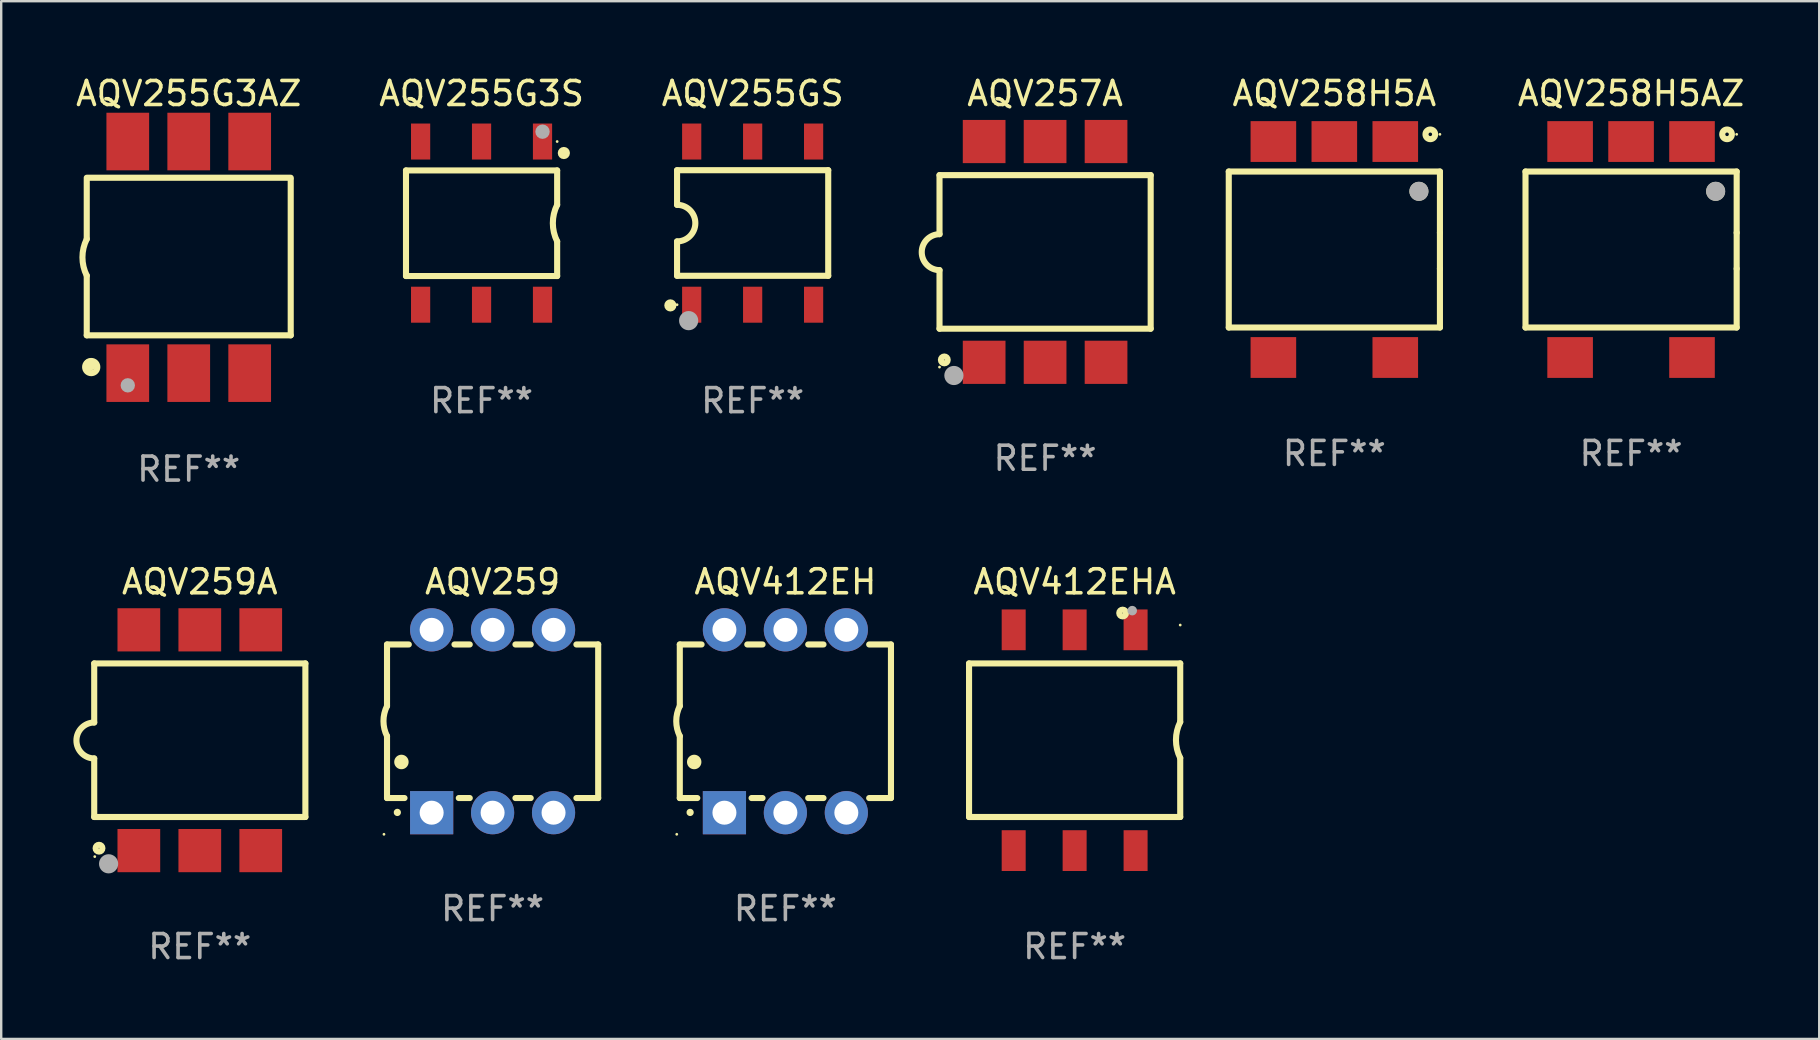
<source format=kicad_pcb>
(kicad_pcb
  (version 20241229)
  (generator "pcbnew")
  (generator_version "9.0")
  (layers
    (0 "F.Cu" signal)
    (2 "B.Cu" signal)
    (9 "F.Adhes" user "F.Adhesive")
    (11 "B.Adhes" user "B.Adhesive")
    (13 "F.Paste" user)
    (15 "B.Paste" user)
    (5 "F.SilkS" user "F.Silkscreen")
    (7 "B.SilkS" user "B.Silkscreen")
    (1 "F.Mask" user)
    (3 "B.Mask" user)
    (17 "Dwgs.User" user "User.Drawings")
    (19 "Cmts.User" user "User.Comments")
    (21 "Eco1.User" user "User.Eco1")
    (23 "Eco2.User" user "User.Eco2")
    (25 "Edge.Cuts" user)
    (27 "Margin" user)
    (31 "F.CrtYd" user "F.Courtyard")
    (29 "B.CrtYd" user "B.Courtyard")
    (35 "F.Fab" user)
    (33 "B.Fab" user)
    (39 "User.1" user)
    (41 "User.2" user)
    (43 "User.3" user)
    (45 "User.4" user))
  (footprint "AQV259"
    (layer "F.Cu")
    (at 17.478 27.007)
    (property "Reference" "AQV259" (at 0 -5.81 0) (layer "F.SilkS") (effects (font (size 1 1) (thickness 0.15))))
    (attr through_hole)
    (fp_line (start -4.4 -3.2) (end -4.4 -0.635) (stroke (width 0.254) (type solid)) (layer "F.SilkS"))
    (fp_line (start -4.4 -3.2) (end -3.492 -3.2) (stroke (width 0.254) (type solid)) (layer "F.SilkS"))
    (fp_line (start -4.4 3.2) (end -4.4 0.619) (stroke (width 0.254) (type solid)) (layer "F.SilkS"))
    (fp_line (start -3.671 3.2) (end -4.4 3.2) (stroke (width 0.254) (type solid)) (layer "F.SilkS"))
    (fp_line (start -1.588 -3.2) (end -0.952 -3.2) (stroke (width 0.254) (type solid)) (layer "F.SilkS"))
    (fp_line (start -0.952 3.2) (end -1.409 3.2) (stroke (width 0.254) (type solid)) (layer "F.SilkS"))
    (fp_line (start 0.952 -3.2) (end 1.588 -3.2) (stroke (width 0.254) (type solid)) (layer "F.SilkS"))
    (fp_line (start 1.588 3.2) (end 0.952 3.2) (stroke (width 0.254) (type solid)) (layer "F.SilkS"))
    (fp_line (start 3.492 -3.2) (end 4.4 -3.2) (stroke (width 0.254) (type solid)) (layer "F.SilkS"))
    (fp_line (start 4.4 -3.2) (end 4.4 3.2) (stroke (width 0.254) (type solid)) (layer "F.SilkS"))
    (fp_line (start 4.4 3.2) (end 3.492 3.2) (stroke (width 0.254) (type solid)) (layer "F.SilkS"))
    (fp_arc (start -4.399288 0.619762) (mid -4.547636 -0.007536) (end -4.4 -0.635001) (stroke (width 0.254001) (type solid)) (layer "F.SilkS"))
    (fp_arc (start -3.970028 3.799848) (mid -3.970033 3.798578) (end -3.970028 3.797308) (stroke (width 0.3) (type solid)) (layer "F.SilkS"))
    (fp_arc (start -3.799848 1.699263) (mid -3.799859 1.696723) (end -3.799848 1.694183) (stroke (width 0.6) (type solid)) (layer "F.SilkS"))
    (fp_circle (center -4.527 4.71) (end -4.497 4.71) (stroke (width 0.06) (type solid)) (fill no) (layer "F.SilkS"))
    (fp_text user "REF**" (at 0 7.81 0) (layer "F.Fab") (effects (font (size 1 1) (thickness 0.15))))
    (pad "1" thru_hole rect (at -2.54 3.81 180) (size 1.8 1.8) (drill 1) (layers "*.Cu" "*.Mask"))
    (pad "2" thru_hole circle (at 0 3.81) (size 1.8 1.8) (drill 1) (layers "*.Cu" "*.Mask"))
    (pad "3" thru_hole circle (at 2.54 3.81) (size 1.8 1.8) (drill 1) (layers "*.Cu" "*.Mask"))
    (pad "4" thru_hole circle (at 2.54 -3.81) (size 1.8 1.8) (drill 1) (layers "*.Cu" "*.Mask"))
    (pad "5" thru_hole circle (at 0 -3.81) (size 1.8 1.8) (drill 1) (layers "*.Cu" "*.Mask"))
    (pad "6" thru_hole circle (at -2.54 -3.81) (size 1.8 1.8) (drill 1) (layers "*.Cu" "*.Mask")))
  (footprint "AQV412EH"
    (layer "F.Cu")
    (at 29.679 27.007)
    (property "Reference" "AQV412EH" (at 0 -5.81 0) (layer "F.SilkS") (effects (font (size 1 1) (thickness 0.15))))
    (attr through_hole)
    (fp_line (start -4.4 -3.2) (end -4.4 -0.635) (stroke (width 0.254) (type solid)) (layer "F.SilkS"))
    (fp_line (start -4.4 -3.2) (end -3.492 -3.2) (stroke (width 0.254) (type solid)) (layer "F.SilkS"))
    (fp_line (start -4.4 3.2) (end -4.4 0.619) (stroke (width 0.254) (type solid)) (layer "F.SilkS"))
    (fp_line (start -3.671 3.2) (end -4.4 3.2) (stroke (width 0.254) (type solid)) (layer "F.SilkS"))
    (fp_line (start -1.588 -3.2) (end -0.952 -3.2) (stroke (width 0.254) (type solid)) (layer "F.SilkS"))
    (fp_line (start -0.952 3.2) (end -1.409 3.2) (stroke (width 0.254) (type solid)) (layer "F.SilkS"))
    (fp_line (start 0.952 -3.2) (end 1.588 -3.2) (stroke (width 0.254) (type solid)) (layer "F.SilkS"))
    (fp_line (start 1.588 3.2) (end 0.952 3.2) (stroke (width 0.254) (type solid)) (layer "F.SilkS"))
    (fp_line (start 3.492 -3.2) (end 4.4 -3.2) (stroke (width 0.254) (type solid)) (layer "F.SilkS"))
    (fp_line (start 4.4 -3.2) (end 4.4 3.2) (stroke (width 0.254) (type solid)) (layer "F.SilkS"))
    (fp_line (start 4.4 3.2) (end 3.492 3.2) (stroke (width 0.254) (type solid)) (layer "F.SilkS"))
    (fp_arc (start -4.399288 0.619762) (mid -4.547636 -0.007536) (end -4.4 -0.635001) (stroke (width 0.254001) (type solid)) (layer "F.SilkS"))
    (fp_arc (start -3.970028 3.799848) (mid -3.970033 3.798578) (end -3.970028 3.797308) (stroke (width 0.3) (type solid)) (layer "F.SilkS"))
    (fp_arc (start -3.799848 1.699263) (mid -3.799859 1.696723) (end -3.799848 1.694183) (stroke (width 0.6) (type solid)) (layer "F.SilkS"))
    (fp_circle (center -4.527 4.71) (end -4.497 4.71) (stroke (width 0.06) (type solid)) (fill no) (layer "F.SilkS"))
    (fp_text user "REF**" (at 0 7.81 0) (layer "F.Fab") (effects (font (size 1 1) (thickness 0.15))))
    (pad "1" thru_hole rect (at -2.54 3.81 180) (size 1.8 1.8) (drill 1) (layers "*.Cu" "*.Mask"))
    (pad "2" thru_hole circle (at 0 3.81) (size 1.8 1.8) (drill 1) (layers "*.Cu" "*.Mask"))
    (pad "3" thru_hole circle (at 2.54 3.81) (size 1.8 1.8) (drill 1) (layers "*.Cu" "*.Mask"))
    (pad "4" thru_hole circle (at 2.54 -3.81) (size 1.8 1.8) (drill 1) (layers "*.Cu" "*.Mask"))
    (pad "5" thru_hole circle (at 0 -3.81) (size 1.8 1.8) (drill 1) (layers "*.Cu" "*.Mask"))
    (pad "6" thru_hole circle (at -2.54 -3.81) (size 1.8 1.8) (drill 1) (layers "*.Cu" "*.Mask")))
  (footprint "AQV257A"
    (layer "F.Cu")
    (at 40.502 7.448)
    (property "Reference" "AQV257A" (at 0 -6.6 0) (layer "F.SilkS") (effects (font (size 1 1) (thickness 0.15))))
    (attr through_hole)
    (fp_line (start -4.4 -3.2) (end 4.4 -3.2) (stroke (width 0.254) (type solid)) (layer "F.SilkS"))
    (fp_line (start -4.4 -0.74) (end -4.4 -3.2) (stroke (width 0.254) (type solid)) (layer "F.SilkS"))
    (fp_line (start -4.4 3.2) (end -4.4 0.76) (stroke (width 0.254) (type solid)) (layer "F.SilkS"))
    (fp_line (start 4.4 -3.2) (end 4.4 3.2) (stroke (width 0.254) (type solid)) (layer "F.SilkS"))
    (fp_line (start 4.4 3.2) (end -4.4 3.2) (stroke (width 0.254) (type solid)) (layer "F.SilkS"))
    (fp_arc (start -4.4 0.759919) (mid -5.14887 0.009982) (end -4.399289 -0.739243) (stroke (width 0.254001) (type solid)) (layer "F.SilkS"))
    (fp_circle (center -4.4 4.8) (end -4.37 4.8) (stroke (width 0.06) (type solid)) (fill no) (layer "F.SilkS"))
    (fp_circle (center -4.2 4.5) (end -4.058 4.5) (stroke (width 0.254) (type solid)) (fill no) (layer "F.SilkS"))
    (fp_circle (center -3.8 5.15) (end -3.6 5.15) (stroke (width 0.4) (type solid)) (fill no) (layer "F.Fab"))
    (fp_text user "REF**" (at 0 8.6 0) (layer "F.Fab") (effects (font (size 1 1) (thickness 0.15))))
    (pad "1" smd rect (at -2.54 4.6) (size 1.78 1.8) (layers "F.Cu" "F.Mask" "F.Paste"))
    (pad "2" smd rect (at -0.000025 4.6) (size 1.78 1.8) (layers "F.Cu" "F.Mask" "F.Paste"))
    (pad "3" smd rect (at 2.54 4.6) (size 1.78 1.8) (layers "F.Cu" "F.Mask" "F.Paste"))
    (pad "4" smd rect (at 2.54 -4.6) (size 1.78 1.8) (layers "F.Cu" "F.Mask" "F.Paste"))
    (pad "5" smd rect (at -0.000025 -4.6) (size 1.78 1.8) (layers "F.Cu" "F.Mask" "F.Paste"))
    (pad "6" smd rect (at -2.54 -4.6) (size 1.78 1.8) (layers "F.Cu" "F.Mask" "F.Paste")))
  (footprint "AQV258H5A"
    (layer "F.Cu")
    (at 52.556 7.348)
    (property "Reference" "AQV258H5A" (at 0 -6.5 0) (layer "F.SilkS") (effects (font (size 1 1) (thickness 0.15))))
    (attr through_hole)
    (fp_line (start -4.4 -3.25) (end -4.4 3.25) (stroke (width 0.254) (type solid)) (layer "F.SilkS"))
    (fp_line (start -4.4 -3.25) (end 4.4 -3.25) (stroke (width 0.254) (type solid)) (layer "F.SilkS"))
    (fp_line (start 4.4 -3.25) (end 4.4 -0.7) (stroke (width 0.254) (type solid)) (layer "F.SilkS"))
    (fp_line (start 4.4 -0.7) (end 4.4 0.8) (stroke (width 0.254) (type solid)) (layer "F.SilkS"))
    (fp_line (start 4.4 3.25) (end -4.4 3.25) (stroke (width 0.254) (type solid)) (layer "F.SilkS"))
    (fp_line (start 4.4 3.25) (end 4.4 0.8) (stroke (width 0.254) (type solid)) (layer "F.SilkS"))
    (fp_circle (center 3.524 -2.425) (end 3.79 -2.425) (stroke (width 0.254) (type solid)) (fill no) (layer "F.SilkS"))
    (fp_circle (center 3.999 -4.8) (end 4.2 -4.8) (stroke (width 0.254) (type solid)) (fill no) (layer "F.SilkS"))
    (fp_circle (center 4.399 -4.8) (end 4.429 -4.8) (stroke (width 0.06) (type solid)) (fill no) (layer "F.SilkS"))
    (fp_circle (center 3.524 -2.425) (end 3.724 -2.425) (stroke (width 0.4) (type solid)) (fill no) (layer "F.Fab"))
    (fp_text user "REF**" (at 0 8.5 0) (layer "F.Fab") (effects (font (size 1 1) (thickness 0.15))))
    (pad "1" smd rect (at 2.539 -4.5 180) (size 1.9 1.7) (layers "F.Cu" "F.Mask" "F.Paste"))
    (pad "2" smd rect (at -0.001 -4.5 180) (size 1.9 1.7) (layers "F.Cu" "F.Mask" "F.Paste"))
    (pad "3" smd rect (at -2.541 -4.5 180) (size 1.9 1.7) (layers "F.Cu" "F.Mask" "F.Paste"))
    (pad "4" smd rect (at -2.541 4.5 180) (size 1.9 1.7) (layers "F.Cu" "F.Mask" "F.Paste"))
    (pad "6" smd rect (at 2.539 4.5 180) (size 1.9 1.7) (layers "F.Cu" "F.Mask" "F.Paste")))
  (footprint "AQV255G3AZ"
    (layer "F.Cu")
    (at 4.815 7.674)
    (property "Reference" "AQV255G3AZ" (at 0 -6.826 0) (layer "F.SilkS") (effects (font (size 1 1) (thickness 0.15))))
    (attr through_hole)
    (fp_line (start -4.25 -3.317) (end 4.25 -3.317) (stroke (width 0.254) (type solid)) (layer "F.SilkS"))
    (fp_line (start -4.25 -3.25) (end -4.25 -0.762) (stroke (width 0.254) (type solid)) (layer "F.SilkS"))
    (fp_line (start -4.25 3.25) (end -4.25 0.762) (stroke (width 0.254) (type solid)) (layer "F.SilkS"))
    (fp_line (start 4.25 -3.25) (end 4.25 3.25) (stroke (width 0.254) (type solid)) (layer "F.SilkS"))
    (fp_line (start 4.25 3.25) (end -4.25 3.25) (stroke (width 0.254) (type solid)) (layer "F.SilkS"))
    (fp_arc (start -4.249429 0.762001) (mid -4.429513 0.000068) (end -4.250013 -0.762002) (stroke (width 0.254001) (type solid)) (layer "F.SilkS"))
    (fp_circle (center -4.123 4.473) (end -3.996 4.473) (stroke (width 0.254) (type solid)) (fill no) (layer "F.SilkS"))
    (fp_circle (center -4.064 4.572) (end -3.81 4.572) (stroke (width 0.254) (type solid)) (fill no) (layer "F.SilkS"))
    (fp_circle (center -2.54 5.334) (end -2.39 5.334) (stroke (width 0.3) (type solid)) (fill no) (layer "F.Fab"))
    (fp_text user "REF**" (at 0 8.826 0) (layer "F.Fab") (effects (font (size 1 1) (thickness 0.15))))
    (pad "1" smd rect (at -2.54 4.826) (size 1.78 2.4) (layers "F.Cu" "F.Mask" "F.Paste"))
    (pad "2" smd rect (at 0 4.826) (size 1.78 2.4) (layers "F.Cu" "F.Mask" "F.Paste"))
    (pad "3" smd rect (at 2.54 4.826) (size 1.78 2.4) (layers "F.Cu" "F.Mask" "F.Paste"))
    (pad "4" smd rect (at 2.54 -4.826) (size 1.78 2.4) (layers "F.Cu" "F.Mask" "F.Paste"))
    (pad "5" smd rect (at 0 -4.826) (size 1.78 2.4) (layers "F.Cu" "F.Mask" "F.Paste"))
    (pad "6" smd rect (at -2.54 -4.826) (size 1.78 2.4) (layers "F.Cu" "F.Mask" "F.Paste")))
  (footprint "AQV259A"
    (layer "F.Cu")
    (at 5.276 27.797)
    (property "Reference" "AQV259A" (at 0 -6.6 0) (layer "F.SilkS") (effects (font (size 1 1) (thickness 0.15))))
    (attr through_hole)
    (fp_line (start -4.4 -3.2) (end 4.4 -3.2) (stroke (width 0.254) (type solid)) (layer "F.SilkS"))
    (fp_line (start -4.4 -0.74) (end -4.4 -3.2) (stroke (width 0.254) (type solid)) (layer "F.SilkS"))
    (fp_line (start -4.4 3.2) (end -4.4 0.76) (stroke (width 0.254) (type solid)) (layer "F.SilkS"))
    (fp_line (start 4.4 -3.2) (end 4.4 3.2) (stroke (width 0.254) (type solid)) (layer "F.SilkS"))
    (fp_line (start 4.4 3.2) (end -4.4 3.2) (stroke (width 0.254) (type solid)) (layer "F.SilkS"))
    (fp_arc (start -4.4 0.76002) (mid -5.148869 0.010084) (end -4.399289 -0.73914) (stroke (width 0.254001) (type solid)) (layer "F.SilkS"))
    (fp_circle (center -4.377 4.85) (end -4.347 4.85) (stroke (width 0.06) (type solid)) (fill no) (layer "F.SilkS"))
    (fp_circle (center -4.2 4.5) (end -4.058 4.5) (stroke (width 0.254) (type solid)) (fill no) (layer "F.SilkS"))
    (fp_circle (center -3.8 5.15) (end -3.6 5.15) (stroke (width 0.4) (type solid)) (fill no) (layer "F.Fab"))
    (fp_text user "REF**" (at 0 8.6 0) (layer "F.Fab") (effects (font (size 1 1) (thickness 0.15))))
    (pad "1" smd rect (at -2.54 4.6) (size 1.78 1.8) (layers "F.Cu" "F.Mask" "F.Paste"))
    (pad "2" smd rect (at 0 4.6) (size 1.78 1.8) (layers "F.Cu" "F.Mask" "F.Paste"))
    (pad "3" smd rect (at 2.54 4.6) (size 1.78 1.8) (layers "F.Cu" "F.Mask" "F.Paste"))
    (pad "4" smd rect (at 2.54 -4.6) (size 1.78 1.8) (layers "F.Cu" "F.Mask" "F.Paste"))
    (pad "5" smd rect (at 0 -4.6) (size 1.78 1.8) (layers "F.Cu" "F.Mask" "F.Paste"))
    (pad "6" smd rect (at -2.54 -4.6) (size 1.78 1.8) (layers "F.Cu" "F.Mask" "F.Paste")))
  (footprint "AQV255GS"
    (layer "F.Cu")
    (at 28.315 6.248)
    (property "Reference" "AQV255GS" (at 0 -5.4 0) (layer "F.SilkS") (effects (font (size 1 1) (thickness 0.15))))
    (attr through_hole)
    (fp_line (start -3.15 -2.205) (end -3.15 -0.762) (stroke (width 0.254) (type solid)) (layer "F.SilkS"))
    (fp_line (start -3.15 -2.205) (end 3.15 -2.205) (stroke (width 0.254) (type solid)) (layer "F.SilkS"))
    (fp_line (start -3.15 2.195) (end -3.15 0.762) (stroke (width 0.254) (type solid)) (layer "F.SilkS"))
    (fp_line (start -3.15 2.195) (end 3.15 2.195) (stroke (width 0.254) (type solid)) (layer "F.SilkS"))
    (fp_line (start 3.149 -2.205) (end 3.149 2.195) (stroke (width 0.254) (type solid)) (layer "F.SilkS"))
    (fp_arc (start -3.150623 -0.761874) (mid -2.388672 -0.000241) (end -3.150013 0.762002) (stroke (width 0.254001) (type solid)) (layer "F.SilkS"))
    (fp_circle (center -3.429 3.429) (end -3.302 3.429) (stroke (width 0.254) (type solid)) (fill no) (layer "F.SilkS"))
    (fp_circle (center -3.15 3.4) (end -3.12 3.4) (stroke (width 0.06) (type solid)) (fill no) (layer "F.SilkS"))
    (fp_circle (center -2.667 4.064) (end -2.467 4.064) (stroke (width 0.4) (type solid)) (fill no) (layer "F.Fab"))
    (fp_text user "REF**" (at 0 7.4 0) (layer "F.Fab") (effects (font (size 1 1) (thickness 0.15))))
    (pad "1" smd rect (at -2.54 3.4) (size 0.8 1.5) (layers "F.Cu" "F.Mask" "F.Paste"))
    (pad "2" smd rect (at 0 3.4) (size 0.8 1.5) (layers "F.Cu" "F.Mask" "F.Paste"))
    (pad "3" smd rect (at 2.54 3.4) (size 0.8 1.5) (layers "F.Cu" "F.Mask" "F.Paste"))
    (pad "4" smd rect (at 2.54 -3.4) (size 0.8 1.5) (layers "F.Cu" "F.Mask" "F.Paste"))
    (pad "5" smd rect (at 0 -3.4) (size 0.8 1.5) (layers "F.Cu" "F.Mask" "F.Paste"))
    (pad "6" smd rect (at -2.54 -3.4) (size 0.8 1.5) (layers "F.Cu" "F.Mask" "F.Paste")))
  (footprint "AQV412EHA"
    (layer "F.Cu")
    (at 41.733 27.797)
    (property "Reference" "AQV412EHA" (at 0 -6.6 0) (layer "F.SilkS") (effects (font (size 1 1) (thickness 0.15))))
    (attr through_hole)
    (fp_line (start -4.4 -3.2) (end 4.4 -3.2) (stroke (width 0.254) (type solid)) (layer "F.SilkS"))
    (fp_line (start -4.4 3.2) (end -4.4 -3.2) (stroke (width 0.254) (type solid)) (layer "F.SilkS"))
    (fp_line (start 4.4 -3.2) (end 4.4 -0.76) (stroke (width 0.254) (type solid)) (layer "F.SilkS"))
    (fp_line (start 4.4 0.74) (end 4.4 3.2) (stroke (width 0.254) (type solid)) (layer "F.SilkS"))
    (fp_line (start 4.4 3.2) (end -4.4 3.2) (stroke (width 0.254) (type solid)) (layer "F.SilkS"))
    (fp_arc (start 4.399289 0.739167) (mid 4.22258 -0.010498) (end 4.4 -0.759995) (stroke (width 0.254001) (type solid)) (layer "F.SilkS"))
    (fp_circle (center 2 -5.3) (end 2.141 -5.3) (stroke (width 0.254) (type solid)) (fill no) (layer "F.SilkS"))
    (fp_circle (center 4.4 -4.8) (end 4.43 -4.8) (stroke (width 0.06) (type solid)) (fill no) (layer "F.SilkS"))
    (fp_circle (center 2.4 -5.4) (end 2.5 -5.4) (stroke (width 0.2) (type solid)) (fill no) (layer "F.Fab"))
    (fp_text user "REF**" (at 0 8.6 0) (layer "F.Fab") (effects (font (size 1 1) (thickness 0.15))))
    (pad "1" smd rect (at 2.54 -4.6 180) (size 1 1.7) (layers "F.Cu" "F.Mask" "F.Paste"))
    (pad "2" smd rect (at -0.000025 -4.6 180) (size 1 1.7) (layers "F.Cu" "F.Mask" "F.Paste"))
    (pad "3" smd rect (at -2.54 -4.6 180) (size 1 1.7) (layers "F.Cu" "F.Mask" "F.Paste"))
    (pad "4" smd rect (at -2.54 4.6 180) (size 1 1.7) (layers "F.Cu" "F.Mask" "F.Paste"))
    (pad "5" smd rect (at -0.000025 4.6 180) (size 1 1.7) (layers "F.Cu" "F.Mask" "F.Paste"))
    (pad "6" smd rect (at 2.54 4.6 180) (size 1 1.7) (layers "F.Cu" "F.Mask" "F.Paste")))
  (footprint "AQV258H5AZ"
    (layer "F.Cu")
    (at 64.922 7.348)
    (property "Reference" "AQV258H5AZ" (at 0 -6.5 0) (layer "F.SilkS") (effects (font (size 1 1) (thickness 0.15))))
    (attr through_hole)
    (fp_line (start -4.4 -3.25) (end -4.4 3.25) (stroke (width 0.254) (type solid)) (layer "F.SilkS"))
    (fp_line (start -4.4 -3.25) (end 4.4 -3.25) (stroke (width 0.254) (type solid)) (layer "F.SilkS"))
    (fp_line (start 4.4 -3.25) (end 4.4 -0.7) (stroke (width 0.254) (type solid)) (layer "F.SilkS"))
    (fp_line (start 4.4 -0.7) (end 4.4 0.8) (stroke (width 0.254) (type solid)) (layer "F.SilkS"))
    (fp_line (start 4.4 3.25) (end -4.4 3.25) (stroke (width 0.254) (type solid)) (layer "F.SilkS"))
    (fp_line (start 4.4 3.25) (end 4.4 0.8) (stroke (width 0.254) (type solid)) (layer "F.SilkS"))
    (fp_circle (center 3.524 -2.425) (end 3.79 -2.425) (stroke (width 0.254) (type solid)) (fill no) (layer "F.SilkS"))
    (fp_circle (center 3.999 -4.8) (end 4.2 -4.8) (stroke (width 0.254) (type solid)) (fill no) (layer "F.SilkS"))
    (fp_circle (center 4.399 -4.8) (end 4.429 -4.8) (stroke (width 0.06) (type solid)) (fill no) (layer "F.SilkS"))
    (fp_circle (center 3.524 -2.425) (end 3.724 -2.425) (stroke (width 0.4) (type solid)) (fill no) (layer "F.Fab"))
    (fp_text user "REF**" (at 0 8.5 0) (layer "F.Fab") (effects (font (size 1 1) (thickness 0.15))))
    (pad "1" smd rect (at 2.539 -4.5 180) (size 1.9 1.7) (layers "F.Cu" "F.Mask" "F.Paste"))
    (pad "2" smd rect (at -0.001 -4.5 180) (size 1.9 1.7) (layers "F.Cu" "F.Mask" "F.Paste"))
    (pad "3" smd rect (at -2.541 -4.5 180) (size 1.9 1.7) (layers "F.Cu" "F.Mask" "F.Paste"))
    (pad "4" smd rect (at -2.541 4.5 180) (size 1.9 1.7) (layers "F.Cu" "F.Mask" "F.Paste"))
    (pad "6" smd rect (at 2.539 4.5 180) (size 1.9 1.7) (layers "F.Cu" "F.Mask" "F.Paste")))
  (footprint "AQV255G3S"
    (layer "F.Cu")
    (at 17.018 6.248)
    (property "Reference" "AQV255G3S" (at 0 -5.4 0) (layer "F.SilkS") (effects (font (size 1 1) (thickness 0.15))))
    (attr through_hole)
    (fp_line (start -3.149 2.205) (end -3.149 -2.195) (stroke (width 0.254) (type solid)) (layer "F.SilkS"))
    (fp_line (start 3.15 -2.195) (end -3.15 -2.195) (stroke (width 0.254) (type solid)) (layer "F.SilkS"))
    (fp_line (start 3.15 -2.195) (end 3.15 -0.762) (stroke (width 0.254) (type solid)) (layer "F.SilkS"))
    (fp_line (start 3.15 2.205) (end -3.15 2.205) (stroke (width 0.254) (type solid)) (layer "F.SilkS"))
    (fp_line (start 3.15 2.205) (end 3.15 0.762) (stroke (width 0.254) (type solid)) (layer "F.SilkS"))
    (fp_arc (start 3.150597 0.761901) (mid 2.97052 0.000034) (end 3.149987 -0.761976) (stroke (width 0.254001) (type solid)) (layer "F.SilkS"))
    (fp_circle (center 3.15 -3.4) (end 3.18 -3.4) (stroke (width 0.06) (type solid)) (fill no) (layer "F.SilkS"))
    (fp_circle (center 3.429 -2.921) (end 3.556 -2.921) (stroke (width 0.254) (type solid)) (fill no) (layer "F.SilkS"))
    (fp_circle (center 2.54 -3.81) (end 2.69 -3.81) (stroke (width 0.3) (type solid)) (fill no) (layer "F.Fab"))
    (fp_text user "REF**" (at 0 7.4 0) (layer "F.Fab") (effects (font (size 1 1) (thickness 0.15))))
    (pad "1" smd rect (at 2.54 -3.4 180) (size 0.8 1.5) (layers "F.Cu" "F.Mask" "F.Paste"))
    (pad "2" smd rect (at -0.000102 -3.4 180) (size 0.8 1.5) (layers "F.Cu" "F.Mask" "F.Paste"))
    (pad "3" smd rect (at -2.54 -3.4 180) (size 0.8 1.5) (layers "F.Cu" "F.Mask" "F.Paste"))
    (pad "4" smd rect (at -2.54 3.4 180) (size 0.8 1.5) (layers "F.Cu" "F.Mask" "F.Paste"))
    (pad "5" smd rect (at -0.000102 3.4 180) (size 0.8 1.5) (layers "F.Cu" "F.Mask" "F.Paste"))
    (pad "6" smd rect (at 2.54 3.4 180) (size 0.8 1.5) (layers "F.Cu" "F.Mask" "F.Paste")))
  (gr_rect
    (start -3 -3)
    (end 72.762 40.245)
    (stroke (width 0.1) (type default))
    (fill no)
    (layer "Edge.Cuts")))
</source>
